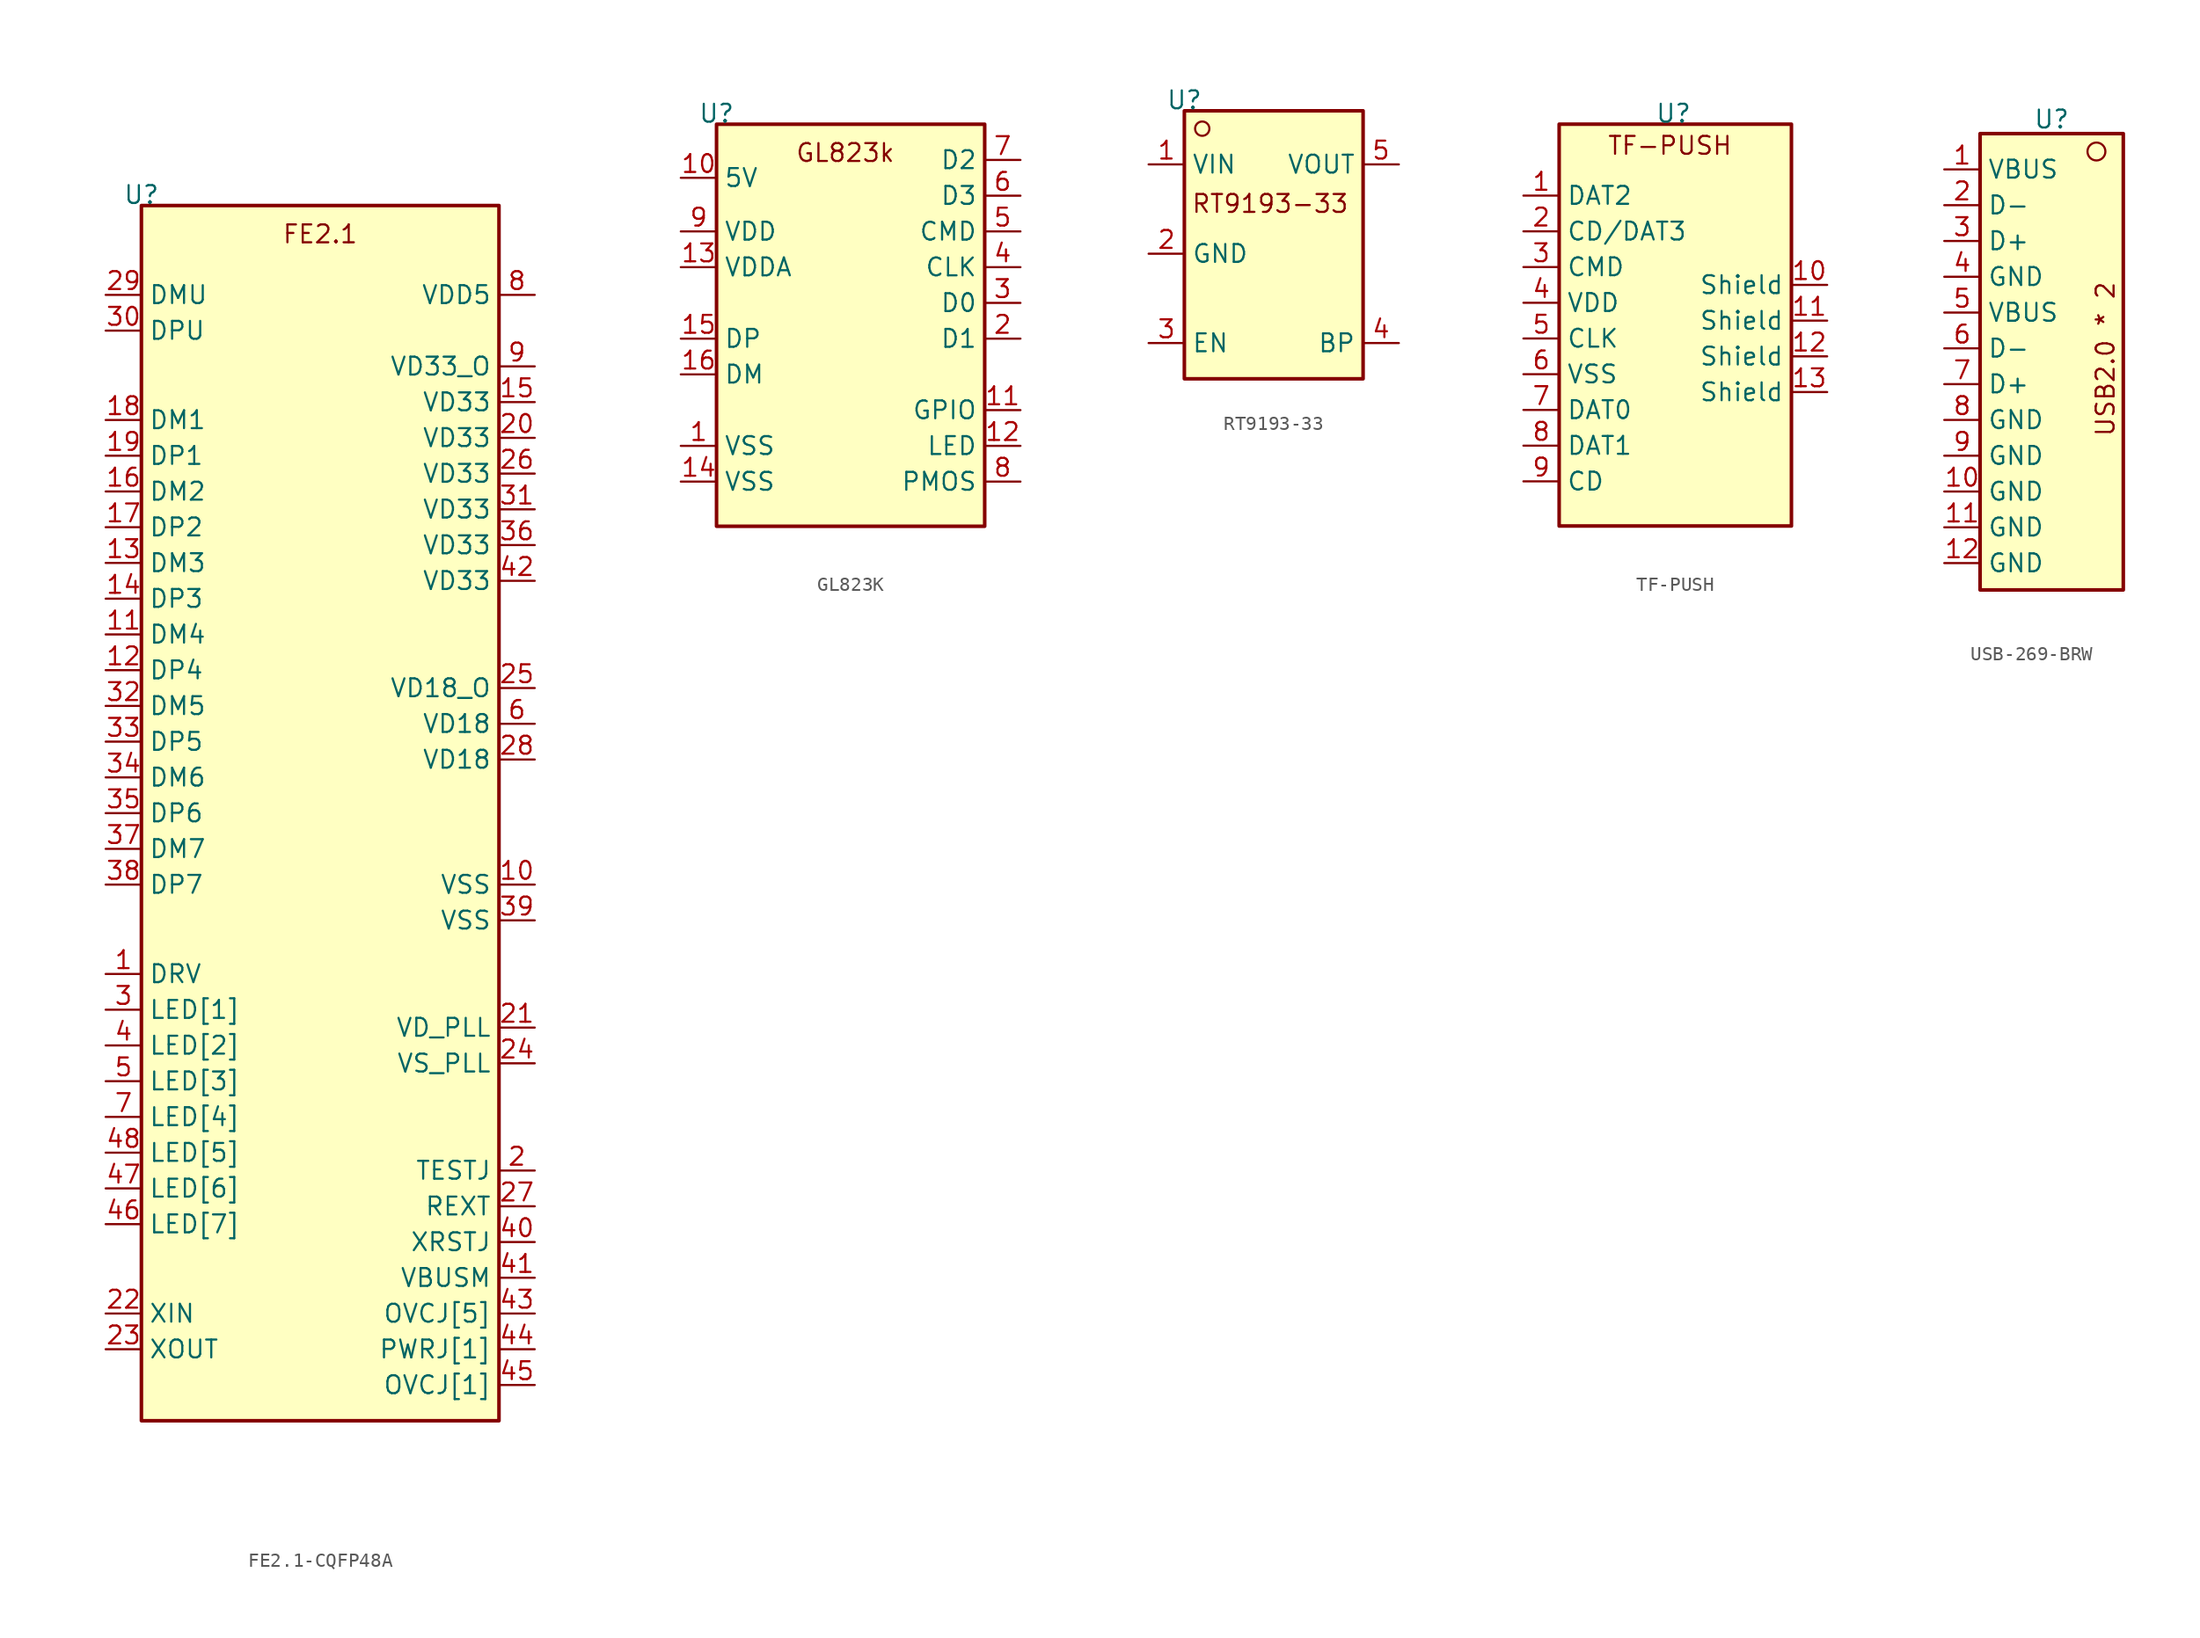
<source format=kicad_sym>
(kicad_symbol_lib
  (version 20231120)
  (generator "kicad_symbol_editor")
  (generator_version "8.0")
  (symbol "FE2.1-CQFP48A"
    (property "Reference" "U"
      (at 0 0.762 0)
      (effects (font (size 1.27 1.27))))
    (property "Value" ""
      (at 0 0 0)
      (effects (font (size 1.27 1.27))))
    (symbol "FE2.1-CQFP48A_1_1"
      (rectangle (start 0 0) (end 25.4 -86.36) (stroke (width 0.254) (type default)) (fill (type background)))
      (text "FE2.1" (at 12.7 -2.032 0) (effects (font (size 1.27 1.27))))
      (pin passive line (at -2.54 -54.61 0) (length 2.54) (name "DRV" (effects (font (size 1.27 1.27)))) (number "1" (effects (font (size 1.27 1.27)))))
      (pin power_in line (at 27.94 -48.26 180) (length 2.54) (name "VSS" (effects (font (size 1.27 1.27)))) (number "10" (effects (font (size 1.27 1.27)))))
      (pin passive line (at -2.54 -30.48 0) (length 2.54) (name "DM4" (effects (font (size 1.27 1.27)))) (number "11" (effects (font (size 1.27 1.27)))))
      (pin passive line (at -2.54 -33.02 0) (length 2.54) (name "DP4" (effects (font (size 1.27 1.27)))) (number "12" (effects (font (size 1.27 1.27)))))
      (pin passive line (at -2.54 -25.4 0) (length 2.54) (name "DM3" (effects (font (size 1.27 1.27)))) (number "13" (effects (font (size 1.27 1.27)))))
      (pin passive line (at -2.54 -27.94 0) (length 2.54) (name "DP3" (effects (font (size 1.27 1.27)))) (number "14" (effects (font (size 1.27 1.27)))))
      (pin power_in line (at 27.94 -13.97 180) (length 2.54) (name "VD33" (effects (font (size 1.27 1.27)))) (number "15" (effects (font (size 1.27 1.27)))))
      (pin passive line (at -2.54 -20.32 0) (length 2.54) (name "DM2" (effects (font (size 1.27 1.27)))) (number "16" (effects (font (size 1.27 1.27)))))
      (pin passive line (at -2.54 -22.86 0) (length 2.54) (name "DP2" (effects (font (size 1.27 1.27)))) (number "17" (effects (font (size 1.27 1.27)))))
      (pin passive line (at -2.54 -15.24 0) (length 2.54) (name "DM1" (effects (font (size 1.27 1.27)))) (number "18" (effects (font (size 1.27 1.27)))))
      (pin passive line (at -2.54 -17.78 0) (length 2.54) (name "DP1" (effects (font (size 1.27 1.27)))) (number "19" (effects (font (size 1.27 1.27)))))
      (pin passive line (at 27.94 -68.58 180) (length 2.54) (name "TESTJ" (effects (font (size 1.27 1.27)))) (number "2" (effects (font (size 1.27 1.27)))))
      (pin power_in line (at 27.94 -16.51 180) (length 2.54) (name "VD33" (effects (font (size 1.27 1.27)))) (number "20" (effects (font (size 1.27 1.27)))))
      (pin power_in line (at 27.94 -58.42 180) (length 2.54) (name "VD_PLL" (effects (font (size 1.27 1.27)))) (number "21" (effects (font (size 1.27 1.27)))))
      (pin passive line (at -2.54 -78.74 0) (length 2.54) (name "XIN" (effects (font (size 1.27 1.27)))) (number "22" (effects (font (size 1.27 1.27)))))
      (pin passive line (at -2.54 -81.28 0) (length 2.54) (name "XOUT" (effects (font (size 1.27 1.27)))) (number "23" (effects (font (size 1.27 1.27)))))
      (pin power_in line (at 27.94 -60.96 180) (length 2.54) (name "VS_PLL" (effects (font (size 1.27 1.27)))) (number "24" (effects (font (size 1.27 1.27)))))
      (pin power_in line (at 27.94 -34.29 180) (length 2.54) (name "VD18_O" (effects (font (size 1.27 1.27)))) (number "25" (effects (font (size 1.27 1.27)))))
      (pin power_in line (at 27.94 -19.05 180) (length 2.54) (name "VD33" (effects (font (size 1.27 1.27)))) (number "26" (effects (font (size 1.27 1.27)))))
      (pin passive line (at 27.94 -71.12 180) (length 2.54) (name "REXT" (effects (font (size 1.27 1.27)))) (number "27" (effects (font (size 1.27 1.27)))))
      (pin power_in line (at 27.94 -39.37 180) (length 2.54) (name "VD18" (effects (font (size 1.27 1.27)))) (number "28" (effects (font (size 1.27 1.27)))))
      (pin passive line (at -2.54 -6.35 0) (length 2.54) (name "DMU" (effects (font (size 1.27 1.27)))) (number "29" (effects (font (size 1.27 1.27)))))
      (pin passive line (at -2.54 -57.15 0) (length 2.54) (name "LED[1]" (effects (font (size 1.27 1.27)))) (number "3" (effects (font (size 1.27 1.27)))))
      (pin passive line (at -2.54 -8.89 0) (length 2.54) (name "DPU" (effects (font (size 1.27 1.27)))) (number "30" (effects (font (size 1.27 1.27)))))
      (pin power_in line (at 27.94 -21.59 180) (length 2.54) (name "VD33" (effects (font (size 1.27 1.27)))) (number "31" (effects (font (size 1.27 1.27)))))
      (pin passive line (at -2.54 -35.56 0) (length 2.54) (name "DM5" (effects (font (size 1.27 1.27)))) (number "32" (effects (font (size 1.27 1.27)))))
      (pin passive line (at -2.54 -38.1 0) (length 2.54) (name "DP5" (effects (font (size 1.27 1.27)))) (number "33" (effects (font (size 1.27 1.27)))))
      (pin passive line (at -2.54 -40.64 0) (length 2.54) (name "DM6" (effects (font (size 1.27 1.27)))) (number "34" (effects (font (size 1.27 1.27)))))
      (pin passive line (at -2.54 -43.18 0) (length 2.54) (name "DP6" (effects (font (size 1.27 1.27)))) (number "35" (effects (font (size 1.27 1.27)))))
      (pin power_in line (at 27.94 -24.13 180) (length 2.54) (name "VD33" (effects (font (size 1.27 1.27)))) (number "36" (effects (font (size 1.27 1.27)))))
      (pin passive line (at -2.54 -45.72 0) (length 2.54) (name "DM7" (effects (font (size 1.27 1.27)))) (number "37" (effects (font (size 1.27 1.27)))))
      (pin passive line (at -2.54 -48.26 0) (length 2.54) (name "DP7" (effects (font (size 1.27 1.27)))) (number "38" (effects (font (size 1.27 1.27)))))
      (pin power_in line (at 27.94 -50.8 180) (length 2.54) (name "VSS" (effects (font (size 1.27 1.27)))) (number "39" (effects (font (size 1.27 1.27)))))
      (pin passive line (at -2.54 -59.69 0) (length 2.54) (name "LED[2]" (effects (font (size 1.27 1.27)))) (number "4" (effects (font (size 1.27 1.27)))))
      (pin passive line (at 27.94 -73.66 180) (length 2.54) (name "XRSTJ" (effects (font (size 1.27 1.27)))) (number "40" (effects (font (size 1.27 1.27)))))
      (pin passive line (at 27.94 -76.2 180) (length 2.54) (name "VBUSM" (effects (font (size 1.27 1.27)))) (number "41" (effects (font (size 1.27 1.27)))))
      (pin power_in line (at 27.94 -26.67 180) (length 2.54) (name "VD33" (effects (font (size 1.27 1.27)))) (number "42" (effects (font (size 1.27 1.27)))))
      (pin passive line (at 27.94 -78.74 180) (length 2.54) (name "OVCJ[5]" (effects (font (size 1.27 1.27)))) (number "43" (effects (font (size 1.27 1.27)))))
      (pin passive line (at 27.94 -81.28 180) (length 2.54) (name "PWRJ[1]" (effects (font (size 1.27 1.27)))) (number "44" (effects (font (size 1.27 1.27)))))
      (pin passive line (at 27.94 -83.82 180) (length 2.54) (name "OVCJ[1]" (effects (font (size 1.27 1.27)))) (number "45" (effects (font (size 1.27 1.27)))))
      (pin passive line (at -2.54 -72.39 0) (length 2.54) (name "LED[7]" (effects (font (size 1.27 1.27)))) (number "46" (effects (font (size 1.27 1.27)))))
      (pin passive line (at -2.54 -69.85 0) (length 2.54) (name "LED[6]" (effects (font (size 1.27 1.27)))) (number "47" (effects (font (size 1.27 1.27)))))
      (pin passive line (at -2.54 -67.31 0) (length 2.54) (name "LED[5]" (effects (font (size 1.27 1.27)))) (number "48" (effects (font (size 1.27 1.27)))))
      (pin passive line (at -2.54 -62.23 0) (length 2.54) (name "LED[3]" (effects (font (size 1.27 1.27)))) (number "5" (effects (font (size 1.27 1.27)))))
      (pin power_in line (at 27.94 -36.83 180) (length 2.54) (name "VD18" (effects (font (size 1.27 1.27)))) (number "6" (effects (font (size 1.27 1.27)))))
      (pin passive line (at -2.54 -64.77 0) (length 2.54) (name "LED[4]" (effects (font (size 1.27 1.27)))) (number "7" (effects (font (size 1.27 1.27)))))
      (pin power_in line (at 27.94 -6.35 180) (length 2.54) (name "VDD5" (effects (font (size 1.27 1.27)))) (number "8" (effects (font (size 1.27 1.27)))))
      (pin power_in line (at 27.94 -11.43 180) (length 2.54) (name "VD33_O" (effects (font (size 1.27 1.27)))) (number "9" (effects (font (size 1.27 1.27)))))))
  (symbol "GL823K"
    (property "Reference" "U"
      (at 0 0.762 0)
      (effects (font (size 1.27 1.27))))
    (property "Value" ""
      (at 0 0 0)
      (effects (font (size 1.27 1.27))))
    (symbol "GL823K_1_1"
      (rectangle (start 0 0) (end 19.05 -28.575) (stroke (width 0.254) (type default)) (fill (type background)))
      (text "GL823k" (at 9.144 -2.032 0) (effects (font (size 1.27 1.27))))
      (pin power_in line (at -2.54 -22.86 0) (length 2.54) (name "VSS" (effects (font (size 1.27 1.27)))) (number "1" (effects (font (size 1.27 1.27)))))
      (pin power_in line (at -2.54 -3.81 0) (length 2.54) (name "5V" (effects (font (size 1.27 1.27)))) (number "10" (effects (font (size 1.27 1.27)))))
      (pin passive line (at 21.59 -20.32 180) (length 2.54) (name "GPIO" (effects (font (size 1.27 1.27)))) (number "11" (effects (font (size 1.27 1.27)))))
      (pin passive line (at 21.59 -22.86 180) (length 2.54) (name "LED" (effects (font (size 1.27 1.27)))) (number "12" (effects (font (size 1.27 1.27)))))
      (pin power_in line (at -2.54 -10.16 0) (length 2.54) (name "VDDA" (effects (font (size 1.27 1.27)))) (number "13" (effects (font (size 1.27 1.27)))))
      (pin power_in line (at -2.54 -25.4 0) (length 2.54) (name "VSS" (effects (font (size 1.27 1.27)))) (number "14" (effects (font (size 1.27 1.27)))))
      (pin passive line (at -2.54 -15.24 0) (length 2.54) (name "DP" (effects (font (size 1.27 1.27)))) (number "15" (effects (font (size 1.27 1.27)))))
      (pin passive line (at -2.54 -17.78 0) (length 2.54) (name "DM" (effects (font (size 1.27 1.27)))) (number "16" (effects (font (size 1.27 1.27)))))
      (pin passive line (at 21.59 -15.24 180) (length 2.54) (name "D1" (effects (font (size 1.27 1.27)))) (number "2" (effects (font (size 1.27 1.27)))))
      (pin passive line (at 21.59 -12.7 180) (length 2.54) (name "D0" (effects (font (size 1.27 1.27)))) (number "3" (effects (font (size 1.27 1.27)))))
      (pin passive line (at 21.59 -10.16 180) (length 2.54) (name "CLK" (effects (font (size 1.27 1.27)))) (number "4" (effects (font (size 1.27 1.27)))))
      (pin passive line (at 21.59 -7.62 180) (length 2.54) (name "CMD" (effects (font (size 1.27 1.27)))) (number "5" (effects (font (size 1.27 1.27)))))
      (pin passive line (at 21.59 -5.08 180) (length 2.54) (name "D3" (effects (font (size 1.27 1.27)))) (number "6" (effects (font (size 1.27 1.27)))))
      (pin passive line (at 21.59 -2.54 180) (length 2.54) (name "D2" (effects (font (size 1.27 1.27)))) (number "7" (effects (font (size 1.27 1.27)))))
      (pin passive line (at 21.59 -25.4 180) (length 2.54) (name "PMOS" (effects (font (size 1.27 1.27)))) (number "8" (effects (font (size 1.27 1.27)))))
      (pin power_in line (at -2.54 -7.62 0) (length 2.54) (name "VDD" (effects (font (size 1.27 1.27)))) (number "9" (effects (font (size 1.27 1.27)))))))
  (symbol "RT9193-33"
    (property "Reference" "U"
      (at 0 0.762 0)
      (effects (font (size 1.27 1.27))))
    (property "Value" ""
      (at 0 0 0)
      (effects (font (size 1.27 1.27))))
    (symbol "RT9193-33_1_1"
      (rectangle (start 0 0) (end 12.7 -19.05) (stroke (width 0.254) (type default)) (fill (type background)))
      (circle (center 1.27 -1.27) (radius 0.508) (stroke (width 0) (type default)) (fill (type none)))
      (text "RT9193-33" (at 6.096 -6.604 0) (effects (font (size 1.27 1.27))))
      (pin power_in line (at -2.54 -3.81 0) (length 2.54) (name "VIN" (effects (font (size 1.27 1.27)))) (number "1" (effects (font (size 1.27 1.27)))))
      (pin power_in line (at -2.54 -10.16 0) (length 2.54) (name "GND" (effects (font (size 1.27 1.27)))) (number "2" (effects (font (size 1.27 1.27)))))
      (pin passive line (at -2.54 -16.51 0) (length 2.54) (name "EN" (effects (font (size 1.27 1.27)))) (number "3" (effects (font (size 1.27 1.27)))))
      (pin passive line (at 15.24 -16.51 180) (length 2.54) (name "BP" (effects (font (size 1.27 1.27)))) (number "4" (effects (font (size 1.27 1.27)))))
      (pin power_out line (at 15.24 -3.81 180) (length 2.54) (name "VOUT" (effects (font (size 1.27 1.27)))) (number "5" (effects (font (size 1.27 1.27)))))))
  (symbol "TF-PUSH"
    (property "Reference" "U"
      (at 8.128 0.762 0)
      (effects (font (size 1.27 1.27))))
    (property "Value" ""
      (at 0 0 0)
      (effects (font (size 1.27 1.27))))
    (symbol "TF-PUSH_1_1"
      (rectangle (start 0 0) (end 16.51 -28.575) (stroke (width 0.254) (type default)) (fill (type background)))
      (text "TF-PUSH" (at 7.874 -1.524 0) (effects (font (size 1.27 1.27))))
      (pin passive line (at -2.54 -5.08 0) (length 2.54) (name "DAT2" (effects (font (size 1.27 1.27)))) (number "1" (effects (font (size 1.27 1.27)))))
      (pin power_in line (at 19.05 -11.43 180) (length 2.54) (name "Shield" (effects (font (size 1.27 1.27)))) (number "10" (effects (font (size 1.27 1.27)))))
      (pin power_in line (at 19.05 -13.97 180) (length 2.54) (name "Shield" (effects (font (size 1.27 1.27)))) (number "11" (effects (font (size 1.27 1.27)))))
      (pin power_in line (at 19.05 -16.51 180) (length 2.54) (name "Shield" (effects (font (size 1.27 1.27)))) (number "12" (effects (font (size 1.27 1.27)))))
      (pin power_in line (at 19.05 -19.05 180) (length 2.54) (name "Shield" (effects (font (size 1.27 1.27)))) (number "13" (effects (font (size 1.27 1.27)))))
      (pin passive line (at -2.54 -7.62 0) (length 2.54) (name "CD/DAT3" (effects (font (size 1.27 1.27)))) (number "2" (effects (font (size 1.27 1.27)))))
      (pin passive line (at -2.54 -10.16 0) (length 2.54) (name "CMD" (effects (font (size 1.27 1.27)))) (number "3" (effects (font (size 1.27 1.27)))))
      (pin power_in line (at -2.54 -12.7 0) (length 2.54) (name "VDD" (effects (font (size 1.27 1.27)))) (number "4" (effects (font (size 1.27 1.27)))))
      (pin passive line (at -2.54 -15.24 0) (length 2.54) (name "CLK" (effects (font (size 1.27 1.27)))) (number "5" (effects (font (size 1.27 1.27)))))
      (pin power_in line (at -2.54 -17.78 0) (length 2.54) (name "VSS" (effects (font (size 1.27 1.27)))) (number "6" (effects (font (size 1.27 1.27)))))
      (pin passive line (at -2.54 -20.32 0) (length 2.54) (name "DAT0" (effects (font (size 1.27 1.27)))) (number "7" (effects (font (size 1.27 1.27)))))
      (pin passive line (at -2.54 -22.86 0) (length 2.54) (name "DAT1" (effects (font (size 1.27 1.27)))) (number "8" (effects (font (size 1.27 1.27)))))
      (pin passive line (at -2.54 -25.4 0) (length 2.54) (name "CD" (effects (font (size 1.27 1.27)))) (number "9" (effects (font (size 1.27 1.27)))))))
  (symbol "USB-269-BRW"
    (property "Reference" "U"
      (at 5.08 1.016 0)
      (effects (font (size 1.27 1.27))))
    (property "Value" ""
      (at 0 0 0)
      (effects (font (size 1.27 1.27))))
    (symbol "USB-269-BRW_0_1"
      (circle (center 8.255 -1.27) (radius 0.635) (stroke (width 0) (type default)) (fill (type none))))
    (symbol "USB-269-BRW_1_1"
      (rectangle (start 0 0) (end 10.16 -32.385) (stroke (width 0.254) (type default)) (fill (type background)))
      (text "USB2.0 * 2" (at 8.89 -16.002 900) (effects (font (size 1.27 1.27))))
      (pin power_in line (at -2.54 -2.54 0) (length 2.54) (name "VBUS" (effects (font (size 1.27 1.27)))) (number "1" (effects (font (size 1.27 1.27)))))
      (pin power_in line (at -2.54 -25.4 0) (length 2.54) (name "GND" (effects (font (size 1.27 1.27)))) (number "10" (effects (font (size 1.27 1.27)))))
      (pin power_in line (at -2.54 -27.94 0) (length 2.54) (name "GND" (effects (font (size 1.27 1.27)))) (number "11" (effects (font (size 1.27 1.27)))))
      (pin power_in line (at -2.54 -30.48 0) (length 2.54) (name "GND" (effects (font (size 1.27 1.27)))) (number "12" (effects (font (size 1.27 1.27)))))
      (pin passive line (at -2.54 -5.08 0) (length 2.54) (name "D-" (effects (font (size 1.27 1.27)))) (number "2" (effects (font (size 1.27 1.27)))))
      (pin passive line (at -2.54 -7.62 0) (length 2.54) (name "D+" (effects (font (size 1.27 1.27)))) (number "3" (effects (font (size 1.27 1.27)))))
      (pin power_in line (at -2.54 -10.16 0) (length 2.54) (name "GND" (effects (font (size 1.27 1.27)))) (number "4" (effects (font (size 1.27 1.27)))))
      (pin power_in line (at -2.54 -12.7 0) (length 2.54) (name "VBUS" (effects (font (size 1.27 1.27)))) (number "5" (effects (font (size 1.27 1.27)))))
      (pin passive line (at -2.54 -15.24 0) (length 2.54) (name "D-" (effects (font (size 1.27 1.27)))) (number "6" (effects (font (size 1.27 1.27)))))
      (pin passive line (at -2.54 -17.78 0) (length 2.54) (name "D+" (effects (font (size 1.27 1.27)))) (number "7" (effects (font (size 1.27 1.27)))))
      (pin power_in line (at -2.54 -20.32 0) (length 2.54) (name "GND" (effects (font (size 1.27 1.27)))) (number "8" (effects (font (size 1.27 1.27)))))
      (pin power_in line (at -2.54 -22.86 0) (length 2.54) (name "GND" (effects (font (size 1.27 1.27)))) (number "9" (effects (font (size 1.27 1.27))))))))
</source>
